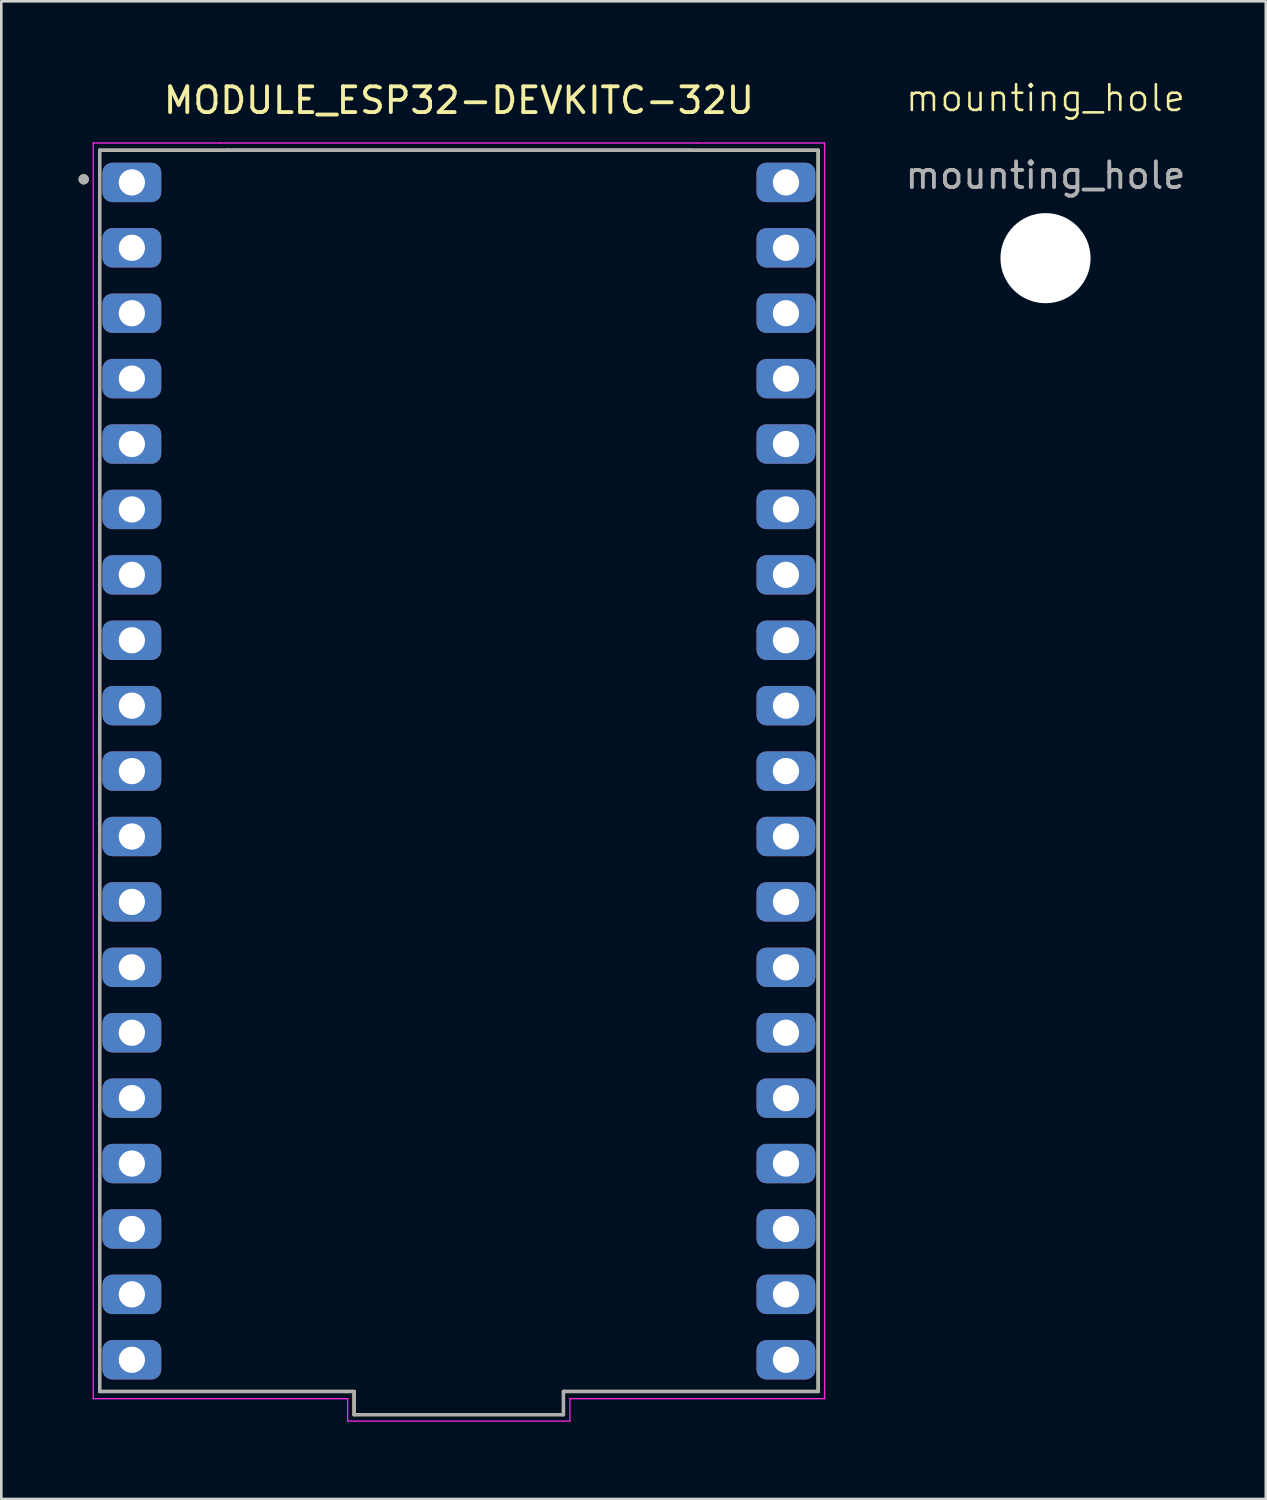
<source format=kicad_pcb>
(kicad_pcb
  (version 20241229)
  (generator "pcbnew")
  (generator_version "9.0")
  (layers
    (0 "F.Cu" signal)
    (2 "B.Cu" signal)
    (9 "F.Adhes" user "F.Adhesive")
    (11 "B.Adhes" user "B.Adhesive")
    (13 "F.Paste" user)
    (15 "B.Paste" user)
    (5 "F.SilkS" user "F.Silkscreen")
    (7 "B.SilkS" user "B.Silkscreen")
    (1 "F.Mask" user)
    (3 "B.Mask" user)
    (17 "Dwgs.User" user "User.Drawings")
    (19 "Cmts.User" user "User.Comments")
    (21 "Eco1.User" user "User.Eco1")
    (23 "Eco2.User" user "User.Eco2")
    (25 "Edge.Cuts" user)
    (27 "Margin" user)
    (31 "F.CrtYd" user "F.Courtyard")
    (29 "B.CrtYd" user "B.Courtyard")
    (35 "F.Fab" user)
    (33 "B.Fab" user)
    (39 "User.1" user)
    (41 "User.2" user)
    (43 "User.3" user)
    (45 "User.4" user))
  (footprint "MODULE_ESP32-DEVKITC-32U"
    (layer "F.Cu")
    (at 14.77 26.883)
    (property "Reference" "MODULE_ESP32-DEVKITC-32U" (at 0 -26.035 0) (layer "F.SilkS") (effects (font (size 1 1) (thickness 0.15))))
    (attr through_hole)
    (fp_line (start -13.95 -24.1) (end -13.95 24.1) (stroke (width 0.127) (type solid)) (layer "F.SilkS"))
    (fp_line (start -13.95 24.1) (end -4.07 24.1) (stroke (width 0.127) (type solid)) (layer "F.SilkS"))
    (fp_line (start -9 -24.1) (end -13.95 -24.1) (stroke (width 0.127) (type solid)) (layer "F.SilkS"))
    (fp_line (start -9 -24.1) (end 9 -24.1) (stroke (width 0.127) (type solid)) (layer "F.SilkS"))
    (fp_line (start -4.07 24.1) (end -4.07 25) (stroke (width 0.127) (type solid)) (layer "F.SilkS"))
    (fp_line (start -4.07 25) (end 4.06 25) (stroke (width 0.127) (type solid)) (layer "F.SilkS"))
    (fp_line (start 4.06 24.1) (end 13.95 24.1) (stroke (width 0.127) (type solid)) (layer "F.SilkS"))
    (fp_line (start 4.06 25) (end 4.06 24.1) (stroke (width 0.127) (type solid)) (layer "F.SilkS"))
    (fp_line (start 13.95 -24.1) (end 9 -24.1) (stroke (width 0.127) (type solid)) (layer "F.SilkS"))
    (fp_line (start 13.95 24.1) (end 13.95 -24.1) (stroke (width 0.127) (type solid)) (layer "F.SilkS"))
    (fp_circle (center -14.57 -22.97) (end -14.47 -22.97) (stroke (width 0.2) (type solid)) (fill no) (layer "F.SilkS"))
    (fp_line (start -14.2 -24.38) (end -14.2 24.38) (stroke (width 0.05) (type solid)) (layer "F.CrtYd"))
    (fp_line (start -14.2 24.38) (end -4.32 24.38) (stroke (width 0.05) (type solid)) (layer "F.CrtYd"))
    (fp_line (start -9.25 -24.38) (end -14.2 -24.38) (stroke (width 0.05) (type solid)) (layer "F.CrtYd"))
    (fp_line (start -9.25 -24.38) (end 9.25 -24.38) (stroke (width 0.05) (type solid)) (layer "F.CrtYd"))
    (fp_line (start -4.32 24.38) (end -4.32 25.25) (stroke (width 0.05) (type solid)) (layer "F.CrtYd"))
    (fp_line (start -4.32 25.25) (end 4.31 25.25) (stroke (width 0.05) (type solid)) (layer "F.CrtYd"))
    (fp_line (start 4.31 24.38) (end 14.2 24.38) (stroke (width 0.05) (type solid)) (layer "F.CrtYd"))
    (fp_line (start 4.31 25.25) (end 4.31 24.38) (stroke (width 0.05) (type solid)) (layer "F.CrtYd"))
    (fp_line (start 14.2 -24.38) (end 9.25 -24.38) (stroke (width 0.05) (type solid)) (layer "F.CrtYd"))
    (fp_line (start 14.2 24.38) (end 14.2 -24.38) (stroke (width 0.05) (type solid)) (layer "F.CrtYd"))
    (fp_line (start -13.95 -24.1) (end -13.95 24.1) (stroke (width 0.127) (type solid)) (layer "F.Fab"))
    (fp_line (start -13.95 24.1) (end -4.07 24.1) (stroke (width 0.127) (type solid)) (layer "F.Fab"))
    (fp_line (start -9 -24.1) (end -13.95 -24.1) (stroke (width 0.127) (type solid)) (layer "F.Fab"))
    (fp_line (start -9 -24.1) (end 9 -24.1) (stroke (width 0.127) (type solid)) (layer "F.Fab"))
    (fp_line (start -4.07 24.1) (end -4.07 25) (stroke (width 0.127) (type solid)) (layer "F.Fab"))
    (fp_line (start -4.07 25) (end 4.06 25) (stroke (width 0.127) (type solid)) (layer "F.Fab"))
    (fp_line (start 4.06 24.1) (end 13.95 24.1) (stroke (width 0.127) (type solid)) (layer "F.Fab"))
    (fp_line (start 4.06 25) (end 4.06 24.1) (stroke (width 0.127) (type solid)) (layer "F.Fab"))
    (fp_line (start 9 -24.1) (end -9 -24.1) (stroke (width 0.127) (type solid)) (layer "F.Fab"))
    (fp_line (start 13.95 -24.1) (end 9 -24.1) (stroke (width 0.127) (type solid)) (layer "F.Fab"))
    (fp_line (start 13.95 24.1) (end 13.95 -24.1) (stroke (width 0.127) (type solid)) (layer "F.Fab"))
    (fp_circle (center -14.57 -22.97) (end -14.47 -22.97) (stroke (width 0.2) (type solid)) (fill no) (layer "F.Fab"))
    (pad "1" thru_hole roundrect (at -12.7 -22.85) (size 2.286 1.53) (drill 1.02) (layers "*.Cu" "*.Mask") (roundrect_rratio 0.25))
    (pad "2" thru_hole roundrect (at -12.7 -20.31) (size 2.286 1.53) (drill 1.02) (layers "*.Cu" "*.Mask") (roundrect_rratio 0.25))
    (pad "3" thru_hole roundrect (at -12.7 -17.77) (size 2.286 1.53) (drill 1.02) (layers "*.Cu" "*.Mask") (roundrect_rratio 0.25))
    (pad "4" thru_hole roundrect (at -12.7 -15.23) (size 2.286 1.53) (drill 1.02) (layers "*.Cu" "*.Mask") (roundrect_rratio 0.25))
    (pad "5" thru_hole roundrect (at -12.7 -12.69) (size 2.286 1.53) (drill 1.02) (layers "*.Cu" "*.Mask") (roundrect_rratio 0.25))
    (pad "6" thru_hole roundrect (at -12.7 -10.15) (size 2.286 1.53) (drill 1.02) (layers "*.Cu" "*.Mask") (roundrect_rratio 0.25))
    (pad "7" thru_hole roundrect (at -12.7 -7.61) (size 2.286 1.53) (drill 1.02) (layers "*.Cu" "*.Mask") (roundrect_rratio 0.25))
    (pad "8" thru_hole roundrect (at -12.7 -5.07) (size 2.286 1.53) (drill 1.02) (layers "*.Cu" "*.Mask") (roundrect_rratio 0.25))
    (pad "9" thru_hole roundrect (at -12.7 -2.53) (size 2.286 1.53) (drill 1.02) (layers "*.Cu" "*.Mask") (roundrect_rratio 0.25))
    (pad "10" thru_hole roundrect (at -12.7 0.01) (size 2.286 1.53) (drill 1.02) (layers "*.Cu" "*.Mask") (roundrect_rratio 0.25))
    (pad "11" thru_hole roundrect (at -12.7 2.55) (size 2.286 1.53) (drill 1.02) (layers "*.Cu" "*.Mask") (roundrect_rratio 0.25))
    (pad "12" thru_hole roundrect (at -12.7 5.09) (size 2.286 1.53) (drill 1.02) (layers "*.Cu" "*.Mask") (roundrect_rratio 0.25))
    (pad "13" thru_hole roundrect (at -12.7 7.63) (size 2.286 1.53) (drill 1.02) (layers "*.Cu" "*.Mask") (roundrect_rratio 0.25))
    (pad "14" thru_hole roundrect (at -12.7 10.17) (size 2.286 1.53) (drill 1.02) (layers "*.Cu" "*.Mask") (roundrect_rratio 0.25))
    (pad "15" thru_hole roundrect (at -12.7 12.71) (size 2.286 1.53) (drill 1.02) (layers "*.Cu" "*.Mask") (roundrect_rratio 0.25))
    (pad "16" thru_hole roundrect (at -12.7 15.25) (size 2.286 1.53) (drill 1.02) (layers "*.Cu" "*.Mask") (roundrect_rratio 0.25))
    (pad "17" thru_hole roundrect (at -12.7 17.79) (size 2.286 1.53) (drill 1.02) (layers "*.Cu" "*.Mask") (roundrect_rratio 0.25))
    (pad "18" thru_hole roundrect (at -12.7 20.33) (size 2.286 1.53) (drill 1.02) (layers "*.Cu" "*.Mask") (roundrect_rratio 0.25))
    (pad "19" thru_hole roundrect (at -12.7 22.87) (size 2.286 1.53) (drill 1.02) (layers "*.Cu" "*.Mask") (roundrect_rratio 0.25))
    (pad "20" thru_hole roundrect (at 12.7 22.87) (size 2.286 1.53) (drill 1.02) (layers "*.Cu" "*.Mask") (roundrect_rratio 0.25))
    (pad "21" thru_hole roundrect (at 12.7 20.33) (size 2.286 1.53) (drill 1.02) (layers "*.Cu" "*.Mask") (roundrect_rratio 0.25))
    (pad "22" thru_hole roundrect (at 12.7 17.79) (size 2.286 1.53) (drill 1.02) (layers "*.Cu" "*.Mask") (roundrect_rratio 0.25))
    (pad "23" thru_hole roundrect (at 12.7 15.25) (size 2.286 1.53) (drill 1.02) (layers "*.Cu" "*.Mask") (roundrect_rratio 0.25))
    (pad "24" thru_hole roundrect (at 12.7 12.71) (size 2.286 1.53) (drill 1.02) (layers "*.Cu" "*.Mask") (roundrect_rratio 0.25))
    (pad "25" thru_hole roundrect (at 12.7 10.17) (size 2.286 1.53) (drill 1.02) (layers "*.Cu" "*.Mask") (roundrect_rratio 0.25))
    (pad "26" thru_hole roundrect (at 12.7 7.63) (size 2.286 1.53) (drill 1.02) (layers "*.Cu" "*.Mask") (roundrect_rratio 0.25))
    (pad "27" thru_hole roundrect (at 12.7 5.09) (size 2.286 1.53) (drill 1.02) (layers "*.Cu" "*.Mask") (roundrect_rratio 0.25))
    (pad "28" thru_hole roundrect (at 12.7 2.55) (size 2.286 1.53) (drill 1.02) (layers "*.Cu" "*.Mask") (roundrect_rratio 0.25))
    (pad "29" thru_hole roundrect (at 12.7 0.01) (size 2.286 1.53) (drill 1.02) (layers "*.Cu" "*.Mask") (roundrect_rratio 0.25))
    (pad "30" thru_hole roundrect (at 12.7 -2.53) (size 2.286 1.53) (drill 1.02) (layers "*.Cu" "*.Mask") (roundrect_rratio 0.25))
    (pad "31" thru_hole roundrect (at 12.7 -5.07) (size 2.286 1.53) (drill 1.02) (layers "*.Cu" "*.Mask") (roundrect_rratio 0.25))
    (pad "32" thru_hole roundrect (at 12.7 -7.61) (size 2.286 1.53) (drill 1.02) (layers "*.Cu" "*.Mask") (roundrect_rratio 0.25))
    (pad "33" thru_hole roundrect (at 12.7 -10.15) (size 2.286 1.53) (drill 1.02) (layers "*.Cu" "*.Mask") (roundrect_rratio 0.25))
    (pad "34" thru_hole roundrect (at 12.7 -12.69) (size 2.286 1.53) (drill 1.02) (layers "*.Cu" "*.Mask") (roundrect_rratio 0.25))
    (pad "35" thru_hole roundrect (at 12.7 -15.23) (size 2.286 1.53) (drill 1.02) (layers "*.Cu" "*.Mask") (roundrect_rratio 0.25))
    (pad "36" thru_hole roundrect (at 12.7 -17.77) (size 2.286 1.53) (drill 1.02) (layers "*.Cu" "*.Mask") (roundrect_rratio 0.25))
    (pad "37" thru_hole roundrect (at 12.7 -20.31) (size 2.286 1.53) (drill 1.02) (layers "*.Cu" "*.Mask") (roundrect_rratio 0.25))
    (pad "38" thru_hole roundrect (at 12.7 -22.85) (size 2.286 1.53) (drill 1.02) (layers "*.Cu" "*.Mask") (roundrect_rratio 0.25)))
  (footprint "mounting_hole"
    (layer "F.Cu")
    (at 37.549 1.26)
    (property "Reference" "mounting_hole" (at 0 -0.5 0) (unlocked yes) (layer "F.SilkS") (effects (font (size 1 1) (thickness 0.1))))
    (attr through_hole)
    (fp_text user "${REFERENCE}" (at 0 2.5 0) (unlocked yes) (layer "F.Fab") (effects (font (size 1 1) (thickness 0.15))))
    (pad "" np_thru_hole circle (at 0 5.715) (size 3.5 3.5) (drill 3.5) (layers "*.Cu" "*.Mask")))
  (gr_rect
    (start -3 -3)
    (end 46.102 55.158)
    (stroke (width 0.1) (type default))
    (fill no)
    (layer "Edge.Cuts")))
</source>
